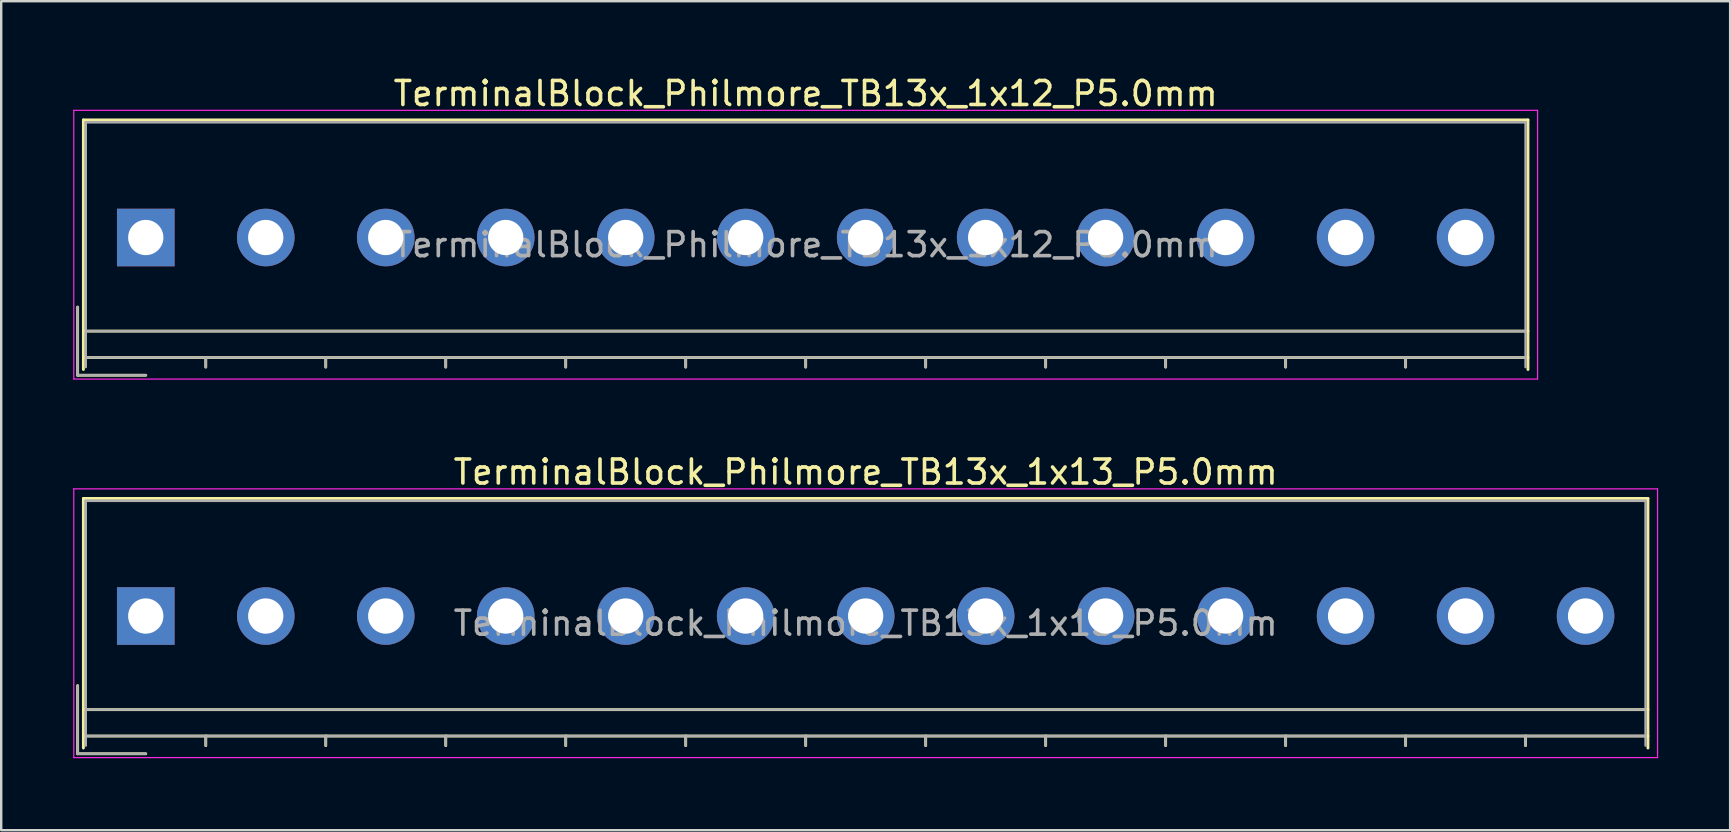
<source format=kicad_pcb>
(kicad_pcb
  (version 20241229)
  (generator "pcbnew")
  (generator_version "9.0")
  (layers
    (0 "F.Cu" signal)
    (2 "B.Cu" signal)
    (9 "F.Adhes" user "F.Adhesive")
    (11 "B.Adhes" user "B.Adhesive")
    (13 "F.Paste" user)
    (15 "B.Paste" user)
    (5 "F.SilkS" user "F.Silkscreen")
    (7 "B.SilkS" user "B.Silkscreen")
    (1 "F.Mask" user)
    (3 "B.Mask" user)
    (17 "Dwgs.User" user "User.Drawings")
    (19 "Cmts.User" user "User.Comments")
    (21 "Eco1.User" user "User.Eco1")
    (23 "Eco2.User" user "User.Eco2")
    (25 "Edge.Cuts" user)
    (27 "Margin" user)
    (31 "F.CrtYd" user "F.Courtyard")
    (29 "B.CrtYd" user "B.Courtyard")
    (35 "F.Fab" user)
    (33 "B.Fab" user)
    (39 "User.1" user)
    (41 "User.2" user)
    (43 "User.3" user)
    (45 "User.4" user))
  (footprint "TerminalBlock_Philmore_TB13x_1x12_P5.0mm"
    (layer "F.Cu")
    (at 3.025 6.848)
    (property "Reference" "TerminalBlock_Philmore_TB13x_1x12_P5.0mm" (at 27.5 -6 0) (layer "F.SilkS") (effects (font (size 1 1) (thickness 0.15))))
    (attr through_hole)
    (fp_line (start -2.84 2.9) (end -2.84 5.74) (stroke (width 0.12) (type solid)) (layer "F.SilkS"))
    (fp_line (start -2.84 5.74) (end 0 5.74) (stroke (width 0.12) (type solid)) (layer "F.SilkS"))
    (fp_line (start -2.6 -4.9) (end 57.6 -4.9) (stroke (width 0.12) (type solid)) (layer "F.SilkS"))
    (fp_line (start -2.6 3.9) (end 57.6 3.9) (stroke (width 0.12) (type solid)) (layer "F.SilkS"))
    (fp_line (start -2.6 5) (end 57.6 5) (stroke (width 0.12) (type solid)) (layer "F.SilkS"))
    (fp_line (start -2.6 5.5) (end -2.6 -4.9) (stroke (width 0.12) (type solid)) (layer "F.SilkS"))
    (fp_line (start 2.5 5) (end 2.5 5.4) (stroke (width 0.12) (type solid)) (layer "F.SilkS"))
    (fp_line (start 7.5 5) (end 7.5 5.4) (stroke (width 0.12) (type solid)) (layer "F.SilkS"))
    (fp_line (start 12.5 5) (end 12.5 5.4) (stroke (width 0.12) (type solid)) (layer "F.SilkS"))
    (fp_line (start 17.5 5) (end 17.5 5.4) (stroke (width 0.12) (type solid)) (layer "F.SilkS"))
    (fp_line (start 22.5 5) (end 22.5 5.4) (stroke (width 0.12) (type solid)) (layer "F.SilkS"))
    (fp_line (start 27.5 5) (end 27.5 5.4) (stroke (width 0.12) (type solid)) (layer "F.SilkS"))
    (fp_line (start 32.5 5) (end 32.5 5.4) (stroke (width 0.12) (type solid)) (layer "F.SilkS"))
    (fp_line (start 37.5 5) (end 37.5 5.4) (stroke (width 0.12) (type solid)) (layer "F.SilkS"))
    (fp_line (start 42.5 5) (end 42.5 5.4) (stroke (width 0.12) (type solid)) (layer "F.SilkS"))
    (fp_line (start 47.5 5) (end 47.5 5.4) (stroke (width 0.12) (type solid)) (layer "F.SilkS"))
    (fp_line (start 52.5 5) (end 52.5 5.4) (stroke (width 0.12) (type solid)) (layer "F.SilkS"))
    (fp_line (start 57.6 -4.9) (end 57.6 5.5) (stroke (width 0.12) (type solid)) (layer "F.SilkS"))
    (fp_line (start -3 -5.3) (end -3 5.9) (stroke (width 0.05) (type solid)) (layer "F.CrtYd"))
    (fp_line (start -3 5.9) (end 58 5.9) (stroke (width 0.05) (type solid)) (layer "F.CrtYd"))
    (fp_line (start 58 -5.3) (end -3 -5.3) (stroke (width 0.05) (type solid)) (layer "F.CrtYd"))
    (fp_line (start 58 5.9) (end 58 -5.3) (stroke (width 0.05) (type solid)) (layer "F.CrtYd"))
    (fp_line (start -2.84 2.9) (end -2.84 5.74) (stroke (width 0.1) (type solid)) (layer "F.Fab"))
    (fp_line (start -2.84 5.74) (end 0 5.74) (stroke (width 0.1) (type solid)) (layer "F.Fab"))
    (fp_line (start -2.5 -4.8) (end 57.5 -4.8) (stroke (width 0.1) (type solid)) (layer "F.Fab"))
    (fp_line (start -2.5 3.9) (end 57.5 3.9) (stroke (width 0.1) (type solid)) (layer "F.Fab"))
    (fp_line (start -2.5 5) (end 57.5 5) (stroke (width 0.1) (type solid)) (layer "F.Fab"))
    (fp_line (start -2.5 5.4) (end -2.5 -4.8) (stroke (width 0.1) (type solid)) (layer "F.Fab"))
    (fp_line (start 2.5 5) (end 2.5 5.4) (stroke (width 0.1) (type solid)) (layer "F.Fab"))
    (fp_line (start 7.5 5) (end 7.5 5.4) (stroke (width 0.1) (type solid)) (layer "F.Fab"))
    (fp_line (start 12.5 5) (end 12.5 5.4) (stroke (width 0.1) (type solid)) (layer "F.Fab"))
    (fp_line (start 17.5 5) (end 17.5 5.4) (stroke (width 0.1) (type solid)) (layer "F.Fab"))
    (fp_line (start 22.5 5) (end 22.5 5.4) (stroke (width 0.1) (type solid)) (layer "F.Fab"))
    (fp_line (start 27.5 5) (end 27.5 5.4) (stroke (width 0.1) (type solid)) (layer "F.Fab"))
    (fp_line (start 32.5 5) (end 32.5 5.4) (stroke (width 0.1) (type solid)) (layer "F.Fab"))
    (fp_line (start 37.5 5) (end 37.5 5.4) (stroke (width 0.1) (type solid)) (layer "F.Fab"))
    (fp_line (start 42.5 5) (end 42.5 5.4) (stroke (width 0.1) (type solid)) (layer "F.Fab"))
    (fp_line (start 47.5 5) (end 47.5 5.4) (stroke (width 0.1) (type solid)) (layer "F.Fab"))
    (fp_line (start 52.5 5) (end 52.5 5.4) (stroke (width 0.1) (type solid)) (layer "F.Fab"))
    (fp_line (start 57.5 -4.8) (end 57.5 5.4) (stroke (width 0.1) (type solid)) (layer "F.Fab"))
    (fp_text user "${REFERENCE}" (at 27.5 0.3 0) (layer "F.Fab") (effects (font (size 1 1) (thickness 0.15))))
    (pad "1" thru_hole rect (at 0 0) (size 2.4 2.4) (drill 1.47) (layers "*.Cu" "*.Mask"))
    (pad "2" thru_hole circle (at 5 0) (size 2.4 2.4) (drill 1.47) (layers "*.Cu" "*.Mask"))
    (pad "3" thru_hole circle (at 10 0) (size 2.4 2.4) (drill 1.47) (layers "*.Cu" "*.Mask"))
    (pad "4" thru_hole circle (at 15 0) (size 2.4 2.4) (drill 1.47) (layers "*.Cu" "*.Mask"))
    (pad "5" thru_hole circle (at 20 0) (size 2.4 2.4) (drill 1.47) (layers "*.Cu" "*.Mask"))
    (pad "6" thru_hole circle (at 25 0) (size 2.4 2.4) (drill 1.47) (layers "*.Cu" "*.Mask"))
    (pad "7" thru_hole circle (at 30 0) (size 2.4 2.4) (drill 1.47) (layers "*.Cu" "*.Mask"))
    (pad "8" thru_hole circle (at 35 0) (size 2.4 2.4) (drill 1.47) (layers "*.Cu" "*.Mask"))
    (pad "9" thru_hole circle (at 40 0) (size 2.4 2.4) (drill 1.47) (layers "*.Cu" "*.Mask"))
    (pad "10" thru_hole circle (at 45 0) (size 2.4 2.4) (drill 1.47) (layers "*.Cu" "*.Mask"))
    (pad "11" thru_hole circle (at 50 0) (size 2.4 2.4) (drill 1.47) (layers "*.Cu" "*.Mask"))
    (pad "12" thru_hole circle (at 55 0) (size 2.4 2.4) (drill 1.47) (layers "*.Cu" "*.Mask")))
  (footprint "TerminalBlock_Philmore_TB13x_1x13_P5.0mm"
    (layer "F.Cu")
    (at 3.025 22.622)
    (property "Reference" "TerminalBlock_Philmore_TB13x_1x13_P5.0mm" (at 30 -6 0) (layer "F.SilkS") (effects (font (size 1 1) (thickness 0.15))))
    (attr through_hole)
    (fp_line (start -2.84 2.9) (end -2.84 5.74) (stroke (width 0.12) (type solid)) (layer "F.SilkS"))
    (fp_line (start -2.84 5.74) (end 0 5.74) (stroke (width 0.12) (type solid)) (layer "F.SilkS"))
    (fp_line (start -2.6 -4.9) (end 62.6 -4.9) (stroke (width 0.12) (type solid)) (layer "F.SilkS"))
    (fp_line (start -2.6 3.9) (end 62.6 3.9) (stroke (width 0.12) (type solid)) (layer "F.SilkS"))
    (fp_line (start -2.6 5) (end 62.6 5) (stroke (width 0.12) (type solid)) (layer "F.SilkS"))
    (fp_line (start -2.6 5.5) (end -2.6 -4.9) (stroke (width 0.12) (type solid)) (layer "F.SilkS"))
    (fp_line (start 2.5 5) (end 2.5 5.4) (stroke (width 0.12) (type solid)) (layer "F.SilkS"))
    (fp_line (start 7.5 5) (end 7.5 5.4) (stroke (width 0.12) (type solid)) (layer "F.SilkS"))
    (fp_line (start 12.5 5) (end 12.5 5.4) (stroke (width 0.12) (type solid)) (layer "F.SilkS"))
    (fp_line (start 17.5 5) (end 17.5 5.4) (stroke (width 0.12) (type solid)) (layer "F.SilkS"))
    (fp_line (start 22.5 5) (end 22.5 5.4) (stroke (width 0.12) (type solid)) (layer "F.SilkS"))
    (fp_line (start 27.5 5) (end 27.5 5.4) (stroke (width 0.12) (type solid)) (layer "F.SilkS"))
    (fp_line (start 32.5 5) (end 32.5 5.4) (stroke (width 0.12) (type solid)) (layer "F.SilkS"))
    (fp_line (start 37.5 5) (end 37.5 5.4) (stroke (width 0.12) (type solid)) (layer "F.SilkS"))
    (fp_line (start 42.5 5) (end 42.5 5.4) (stroke (width 0.12) (type solid)) (layer "F.SilkS"))
    (fp_line (start 47.5 5) (end 47.5 5.4) (stroke (width 0.12) (type solid)) (layer "F.SilkS"))
    (fp_line (start 52.5 5) (end 52.5 5.4) (stroke (width 0.12) (type solid)) (layer "F.SilkS"))
    (fp_line (start 57.5 5) (end 57.5 5.4) (stroke (width 0.12) (type solid)) (layer "F.SilkS"))
    (fp_line (start 62.6 -4.9) (end 62.6 5.5) (stroke (width 0.12) (type solid)) (layer "F.SilkS"))
    (fp_line (start -3 -5.3) (end -3 5.9) (stroke (width 0.05) (type solid)) (layer "F.CrtYd"))
    (fp_line (start -3 5.9) (end 63 5.9) (stroke (width 0.05) (type solid)) (layer "F.CrtYd"))
    (fp_line (start 63 -5.3) (end -3 -5.3) (stroke (width 0.05) (type solid)) (layer "F.CrtYd"))
    (fp_line (start 63 5.9) (end 63 -5.3) (stroke (width 0.05) (type solid)) (layer "F.CrtYd"))
    (fp_line (start -2.84 2.9) (end -2.84 5.74) (stroke (width 0.1) (type solid)) (layer "F.Fab"))
    (fp_line (start -2.84 5.74) (end 0 5.74) (stroke (width 0.1) (type solid)) (layer "F.Fab"))
    (fp_line (start -2.5 -4.8) (end 62.5 -4.8) (stroke (width 0.1) (type solid)) (layer "F.Fab"))
    (fp_line (start -2.5 3.9) (end 62.5 3.9) (stroke (width 0.1) (type solid)) (layer "F.Fab"))
    (fp_line (start -2.5 5) (end 62.5 5) (stroke (width 0.1) (type solid)) (layer "F.Fab"))
    (fp_line (start -2.5 5.4) (end -2.5 -4.8) (stroke (width 0.1) (type solid)) (layer "F.Fab"))
    (fp_line (start 2.5 5) (end 2.5 5.4) (stroke (width 0.1) (type solid)) (layer "F.Fab"))
    (fp_line (start 7.5 5) (end 7.5 5.4) (stroke (width 0.1) (type solid)) (layer "F.Fab"))
    (fp_line (start 12.5 5) (end 12.5 5.4) (stroke (width 0.1) (type solid)) (layer "F.Fab"))
    (fp_line (start 17.5 5) (end 17.5 5.4) (stroke (width 0.1) (type solid)) (layer "F.Fab"))
    (fp_line (start 22.5 5) (end 22.5 5.4) (stroke (width 0.1) (type solid)) (layer "F.Fab"))
    (fp_line (start 27.5 5) (end 27.5 5.4) (stroke (width 0.1) (type solid)) (layer "F.Fab"))
    (fp_line (start 32.5 5) (end 32.5 5.4) (stroke (width 0.1) (type solid)) (layer "F.Fab"))
    (fp_line (start 37.5 5) (end 37.5 5.4) (stroke (width 0.1) (type solid)) (layer "F.Fab"))
    (fp_line (start 42.5 5) (end 42.5 5.4) (stroke (width 0.1) (type solid)) (layer "F.Fab"))
    (fp_line (start 47.5 5) (end 47.5 5.4) (stroke (width 0.1) (type solid)) (layer "F.Fab"))
    (fp_line (start 52.5 5) (end 52.5 5.4) (stroke (width 0.1) (type solid)) (layer "F.Fab"))
    (fp_line (start 57.5 5) (end 57.5 5.4) (stroke (width 0.1) (type solid)) (layer "F.Fab"))
    (fp_line (start 62.5 -4.8) (end 62.5 5.4) (stroke (width 0.1) (type solid)) (layer "F.Fab"))
    (fp_text user "${REFERENCE}" (at 30 0.3 0) (layer "F.Fab") (effects (font (size 1 1) (thickness 0.15))))
    (pad "1" thru_hole rect (at 0 0) (size 2.4 2.4) (drill 1.47) (layers "*.Cu" "*.Mask"))
    (pad "2" thru_hole circle (at 5 0) (size 2.4 2.4) (drill 1.47) (layers "*.Cu" "*.Mask"))
    (pad "3" thru_hole circle (at 10 0) (size 2.4 2.4) (drill 1.47) (layers "*.Cu" "*.Mask"))
    (pad "4" thru_hole circle (at 15 0) (size 2.4 2.4) (drill 1.47) (layers "*.Cu" "*.Mask"))
    (pad "5" thru_hole circle (at 20 0) (size 2.4 2.4) (drill 1.47) (layers "*.Cu" "*.Mask"))
    (pad "6" thru_hole circle (at 25 0) (size 2.4 2.4) (drill 1.47) (layers "*.Cu" "*.Mask"))
    (pad "7" thru_hole circle (at 30 0) (size 2.4 2.4) (drill 1.47) (layers "*.Cu" "*.Mask"))
    (pad "8" thru_hole circle (at 35 0) (size 2.4 2.4) (drill 1.47) (layers "*.Cu" "*.Mask"))
    (pad "9" thru_hole circle (at 40 0) (size 2.4 2.4) (drill 1.47) (layers "*.Cu" "*.Mask"))
    (pad "10" thru_hole circle (at 45 0) (size 2.4 2.4) (drill 1.47) (layers "*.Cu" "*.Mask"))
    (pad "11" thru_hole circle (at 50 0) (size 2.4 2.4) (drill 1.47) (layers "*.Cu" "*.Mask"))
    (pad "12" thru_hole circle (at 55 0) (size 2.4 2.4) (drill 1.47) (layers "*.Cu" "*.Mask"))
    (pad "13" thru_hole circle (at 60 0) (size 2.4 2.4) (drill 1.47) (layers "*.Cu" "*.Mask")))
  (gr_rect
    (start -3 -3)
    (end 69.05 31.547)
    (stroke (width 0.1) (type default))
    (fill no)
    (layer "Edge.Cuts")))
</source>
